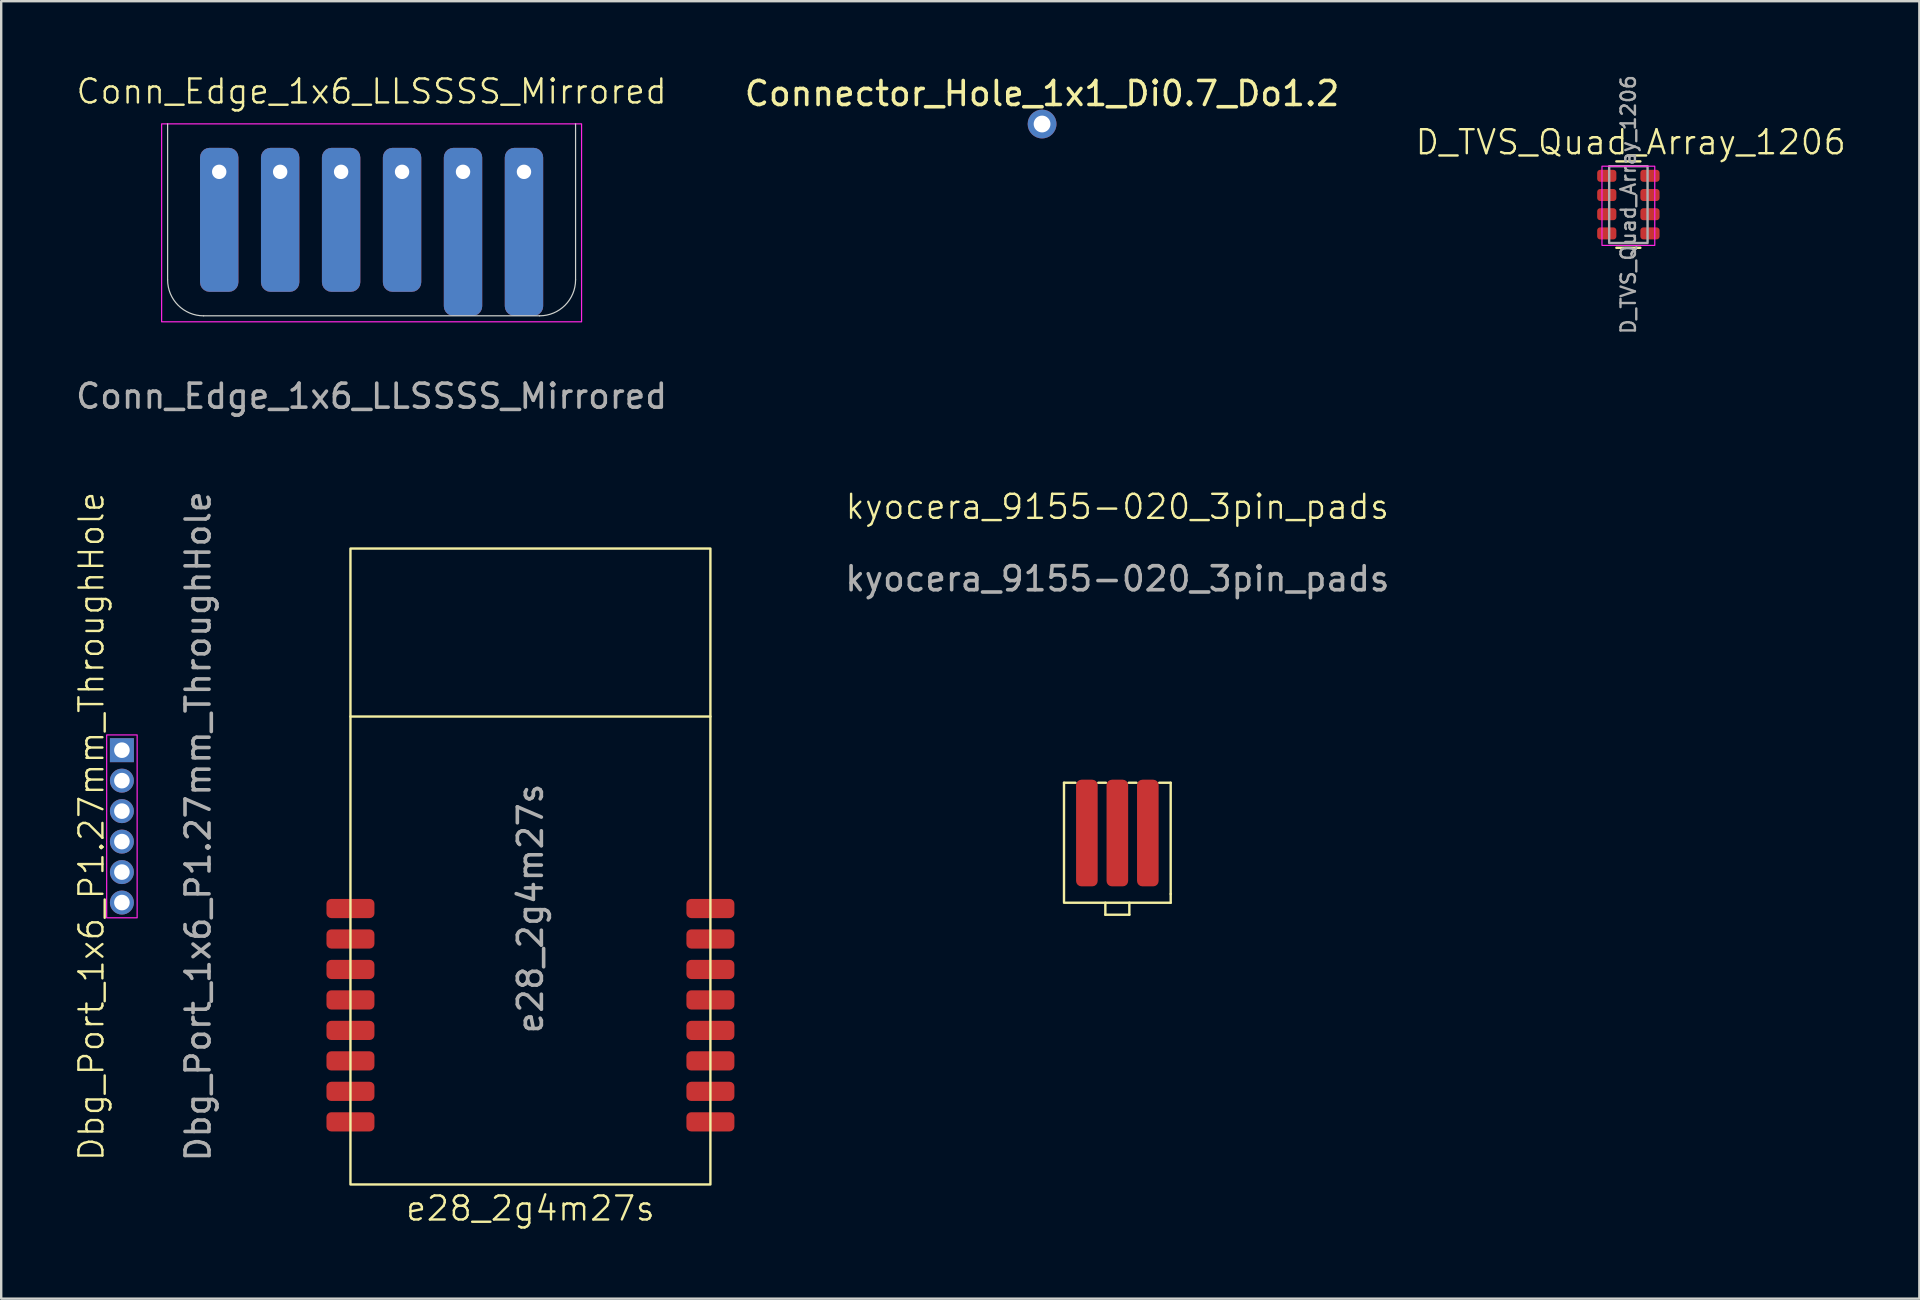
<source format=kicad_pcb>
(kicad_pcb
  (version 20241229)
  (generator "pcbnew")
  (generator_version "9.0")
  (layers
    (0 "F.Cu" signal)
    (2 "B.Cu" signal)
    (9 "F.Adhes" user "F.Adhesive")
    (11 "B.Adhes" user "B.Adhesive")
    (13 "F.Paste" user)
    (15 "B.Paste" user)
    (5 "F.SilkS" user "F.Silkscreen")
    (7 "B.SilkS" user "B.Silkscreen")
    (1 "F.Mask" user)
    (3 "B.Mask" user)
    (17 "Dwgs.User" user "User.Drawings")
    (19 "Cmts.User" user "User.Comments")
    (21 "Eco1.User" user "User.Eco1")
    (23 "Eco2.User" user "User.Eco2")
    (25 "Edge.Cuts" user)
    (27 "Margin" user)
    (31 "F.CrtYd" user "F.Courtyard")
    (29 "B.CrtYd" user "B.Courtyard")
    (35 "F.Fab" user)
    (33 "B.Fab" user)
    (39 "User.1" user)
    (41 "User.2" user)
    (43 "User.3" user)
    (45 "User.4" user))
  (footprint "kyocera_9155-020_3pin_pads"
    (layer "F.Cu")
    (at 43.512 33.569)
    (property "Reference" "kyocera_9155-020_3pin_pads" (at 0 -15.5 0) (unlocked yes) (layer "F.SilkS") (effects (font (size 1 1) (thickness 0.1))))
    (attr smd)
    (fp_line (start -2.223 -4) (end -2.223 0.953) (stroke (width 0.1) (type default)) (layer "F.SilkS"))
    (fp_line (start -2.223 1) (end 2.223 1) (stroke (width 0.1) (type default)) (layer "F.SilkS"))
    (fp_line (start -1.746 -4) (end -2.223 -4) (stroke (width 0.1) (type default)) (layer "F.SilkS"))
    (fp_line (start -0.794 -4) (end -0.476 -4) (stroke (width 0.1) (type default)) (layer "F.SilkS"))
    (fp_line (start -0.5 1.5) (end -0.5 1) (stroke (width 0.1) (type default)) (layer "F.SilkS"))
    (fp_line (start 0.476 -4) (end 0.794 -4) (stroke (width 0.1) (type default)) (layer "F.SilkS"))
    (fp_line (start 0.5 1.5) (end -0.5 1.5) (stroke (width 0.1) (type default)) (layer "F.SilkS"))
    (fp_line (start 0.5 1.5) (end 0.5 1) (stroke (width 0.1) (type default)) (layer "F.SilkS"))
    (fp_line (start 2.223 -4) (end 1.746 -4) (stroke (width 0.1) (type default)) (layer "F.SilkS"))
    (fp_line (start 2.223 -4) (end 2.223 0.635) (stroke (width 0.1) (type default)) (layer "F.SilkS"))
    (fp_line (start 2.223 0.635) (end 2.223 1) (stroke (width 0.1) (type default)) (layer "F.SilkS"))
    (fp_line (start -2.223 -4.128) (end 2.223 -4.128) (stroke (width 0.05) (type default)) (layer "User.1"))
    (fp_line (start -1.495 -4.604) (end -1.495 -0.79) (stroke (width 0.05) (type default)) (layer "User.1"))
    (fp_line (start -1.045 -4.604) (end -1.495 -4.604) (stroke (width 0.05) (type default)) (layer "User.1"))
    (fp_line (start -1.045 -4.604) (end -1.045 -0.79) (stroke (width 0.05) (type default)) (layer "User.1"))
    (fp_line (start -1.045 -0.79) (end -1.495 -0.79) (stroke (width 0.05) (type default)) (layer "User.1"))
    (fp_line (start -0.225 -4.604) (end -0.225 -0.79) (stroke (width 0.05) (type default)) (layer "User.1"))
    (fp_line (start 0.225 -4.604) (end -0.225 -4.604) (stroke (width 0.05) (type default)) (layer "User.1"))
    (fp_line (start 0.225 -4.604) (end 0.225 -0.79) (stroke (width 0.05) (type default)) (layer "User.1"))
    (fp_line (start 0.225 -0.79) (end -0.225 -0.79) (stroke (width 0.05) (type default)) (layer "User.1"))
    (fp_line (start 1.045 -4.604) (end 1.045 -0.79) (stroke (width 0.05) (type default)) (layer "User.1"))
    (fp_line (start 1.495 -4.604) (end 1.045 -4.604) (stroke (width 0.05) (type default)) (layer "User.1"))
    (fp_line (start 1.495 -4.604) (end 1.495 -0.79) (stroke (width 0.05) (type default)) (layer "User.1"))
    (fp_line (start 1.495 -0.79) (end 1.045 -0.79) (stroke (width 0.05) (type default)) (layer "User.1"))
    (fp_line (start 1.8 -4.9) (end 1.8 -4.2) (stroke (width 0.03) (type default)) (layer "User.1"))
    (fp_line (start 1.8 -4.2) (end 1.7 -4.3) (stroke (width 0.03) (type default)) (layer "User.1"))
    (fp_line (start 1.8 -4.2) (end 1.9 -4.3) (stroke (width 0.03) (type default)) (layer "User.1"))
    (fp_line (start -2.54 -3.81) (end -2.54 -2.857) (stroke (width 0.05) (type default)) (layer "User.2"))
    (fp_line (start -2.223 -4.128) (end -2.54 -3.81) (stroke (width 0.05) (type default)) (layer "User.2"))
    (fp_line (start 2.223 -4.128) (end 2.54 -3.81) (stroke (width 0.05) (type default)) (layer "User.2"))
    (fp_line (start 2.54 -3.81) (end 2.54 -2.857) (stroke (width 0.05) (type default)) (layer "User.2"))
    (fp_text user "${REFERENCE}" (at 0 -12.5 0) (unlocked yes) (layer "F.Fab") (effects (font (size 1 1) (thickness 0.15))))
    (fp_text user "PCB Edge" (at -2.3 -5 0) (unlocked yes) (layer "User.1") (effects (font (size 0.6 0.6) (thickness 0.1)) (justify left bottom)))
    (pad "1" smd roundrect (at 1.27 -1.905 90) (size 4.445 0.9) (layers "F.Cu" "F.Mask") (roundrect_rratio 0.25))
    (pad "2" smd roundrect (at 0 -1.905 90) (size 4.445 0.9) (layers "F.Cu" "F.Mask") (roundrect_rratio 0.25))
    (pad "3" smd roundrect (at -1.27 -1.905 90) (size 4.445 0.9) (layers "F.Cu" "F.Mask") (roundrect_rratio 0.25)))
  (footprint "D_TVS_Quad_Array_1206"
    (layer "F.Cu")
    (at 64.807 5.476)
    (property "Reference" "D_TVS_Quad_Array_1206" (at 0.1 -2.6 0) (unlocked yes) (layer "F.SilkS") (effects (font (size 1 1) (thickness 0.1))))
    (attr smd)
    (fp_line (start -0.5 -1.8) (end 0.5 -1.8) (stroke (width 0.1) (type default)) (layer "F.SilkS"))
    (fp_line (start -0.5 1.8) (end 0.5 1.8) (stroke (width 0.1) (type default)) (layer "F.SilkS"))
    (fp_rect (start -1.1 -1.6) (end 1.1 1.7) (stroke (width 0.05) (type default)) (fill no) (layer "F.CrtYd"))
    (fp_rect (start -0.8 -1.6) (end 0.8 1.6) (stroke (width 0.1) (type default)) (fill no) (layer "F.Fab"))
    (fp_text user "${REFERENCE}" (at 0 0 90) (unlocked yes) (layer "F.Fab") (effects (font (size 0.6 0.6) (thickness 0.1) (bold yes))))
    (pad "1" smd roundrect (at -0.9 -1.2) (size 0.8 0.5) (layers "F.Cu" "F.Mask" "F.Paste") (roundrect_rratio 0.25))
    (pad "2" smd roundrect (at -0.9 -0.4) (size 0.8 0.5) (layers "F.Cu" "F.Mask" "F.Paste") (roundrect_rratio 0.25))
    (pad "3" smd roundrect (at -0.9 0.4) (size 0.8 0.5) (layers "F.Cu" "F.Mask" "F.Paste") (roundrect_rratio 0.25))
    (pad "4" smd roundrect (at -0.9 1.2) (size 0.8 0.5) (layers "F.Cu" "F.Mask" "F.Paste") (roundrect_rratio 0.25))
    (pad "5" smd roundrect (at 0.9 1.2) (size 0.8 0.5) (layers "F.Cu" "F.Mask" "F.Paste") (roundrect_rratio 0.25))
    (pad "6" smd roundrect (at 0.9 0.4) (size 0.8 0.5) (layers "F.Cu" "F.Mask" "F.Paste") (roundrect_rratio 0.25))
    (pad "7" smd roundrect (at 0.9 -0.4) (size 0.8 0.5) (layers "F.Cu" "F.Mask" "F.Paste") (roundrect_rratio 0.25))
    (pad "8" smd roundrect (at 0.9 -1.2) (size 0.8 0.5) (layers "F.Cu" "F.Mask" "F.Paste") (roundrect_rratio 0.25)))
  (footprint "Connector_Hole_1x1_Di0.7_Do1.2"
    (layer "F.Cu")
    (at 40.375 2.118)
    (property "Reference" "Connector_Hole_1x1_Di0.7_Do1.2" (at 0 -1.27 0) (unlocked yes) (layer "F.SilkS") (effects (font (size 1 1) (thickness 0.15))))
    (attr through_hole)
    (pad "1" thru_hole circle (at 0 0) (size 1.2 1.2) (drill 0.7) (layers "*.Cu" "*.Mask")))
  (footprint "e28_2g4m27s"
    (layer "F.Cu")
    (at 19.054 34.809)
    (property "Reference" "e28_2g4m27s" (at 0 12.5 0) (unlocked yes) (layer "F.SilkS") (effects (font (size 1 1) (thickness 0.1))))
    (attr smd)
    (fp_line (start -7.5 -8) (end 7.5 -8) (stroke (width 0.1) (type default)) (layer "F.SilkS"))
    (fp_rect (start -7.5 -15) (end 7.5 11.5) (stroke (width 0.1) (type default)) (fill no) (layer "F.SilkS"))
    (fp_text user "${REFERENCE}" (at 0 0 90) (unlocked yes) (layer "F.Fab") (effects (font (size 1 1) (thickness 0.15))))
    (pad "1" smd roundrect (at 7.5 8.89) (size 2 0.8) (layers "F.Cu" "F.Mask" "F.Paste") (roundrect_rratio 0.25))
    (pad "2" smd roundrect (at 7.5 7.62) (size 2 0.8) (layers "F.Cu" "F.Mask" "F.Paste") (roundrect_rratio 0.25))
    (pad "3" smd roundrect (at 7.5 6.35) (size 2 0.8) (layers "F.Cu" "F.Mask" "F.Paste") (roundrect_rratio 0.25))
    (pad "4" smd roundrect (at 7.5 5.08) (size 2 0.8) (layers "F.Cu" "F.Mask" "F.Paste") (roundrect_rratio 0.25))
    (pad "5" smd roundrect (at 7.5 3.81) (size 2 0.8) (layers "F.Cu" "F.Mask" "F.Paste") (roundrect_rratio 0.25))
    (pad "6" smd roundrect (at 7.5 2.54) (size 2 0.8) (layers "F.Cu" "F.Mask" "F.Paste") (roundrect_rratio 0.25))
    (pad "7" smd roundrect (at 7.5 1.27) (size 2 0.8) (layers "F.Cu" "F.Mask" "F.Paste") (roundrect_rratio 0.25))
    (pad "8" smd roundrect (at 7.5 0) (size 2 0.8) (layers "F.Cu" "F.Mask" "F.Paste") (roundrect_rratio 0.25))
    (pad "9" smd roundrect (at -7.5 0) (size 2 0.8) (layers "F.Cu" "F.Mask" "F.Paste") (roundrect_rratio 0.25))
    (pad "10" smd roundrect (at -7.5 1.27) (size 2 0.8) (layers "F.Cu" "F.Mask" "F.Paste") (roundrect_rratio 0.25))
    (pad "11" smd roundrect (at -7.5 2.54) (size 2 0.8) (layers "F.Cu" "F.Mask" "F.Paste") (roundrect_rratio 0.25))
    (pad "12" smd roundrect (at -7.5 3.81) (size 2 0.8) (layers "F.Cu" "F.Mask" "F.Paste") (roundrect_rratio 0.25))
    (pad "13" smd roundrect (at -7.5 5.08) (size 2 0.8) (layers "F.Cu" "F.Mask" "F.Paste") (roundrect_rratio 0.25))
    (pad "14" smd roundrect (at -7.5 6.35) (size 2 0.8) (layers "F.Cu" "F.Mask" "F.Paste") (roundrect_rratio 0.25))
    (pad "15" smd roundrect (at -7.5 7.62) (size 2 0.8) (layers "F.Cu" "F.Mask" "F.Paste") (roundrect_rratio 0.25))
    (pad "16" smd roundrect (at -7.5 8.89) (size 2 0.8) (layers "F.Cu" "F.Mask" "F.Paste") (roundrect_rratio 0.25))
    (zone (net_name "") (layers "F.Cu" "B.Cu") (hatch edge 0.5) (connect_pads) (min_thickness 0.25) (filled_areas_thickness no) (keepout (tracks allowed) (vias allowed) (pads allowed) (copperpour not_allowed) (footprints allowed)) (placement (enabled no)) (fill) (polygon (pts (xy 9.054 17.309) (xy 9.054 26.809) (xy 29.054 26.809) (xy 29.054 17.309)))))
  (footprint "Dbg_Port_1x6_P1.27mm_ThroughHole"
    (layer "F.Cu")
    (at 2.03 31.386)
    (property "Reference" "Dbg_Port_1x6_P1.27mm_ThroughHole" (at -1.27 0 90) (unlocked yes) (layer "F.SilkS") (effects (font (size 1 1) (thickness 0.1))))
    (attr through_hole exclude_from_pos_files exclude_from_bom)
    (fp_rect (start -0.635 -3.81) (end 0.635 3.81) (stroke (width 0.05) (type default)) (fill no) (layer "F.CrtYd"))
    (fp_text user "${REFERENCE}" (at 3.175 0 90) (unlocked yes) (layer "F.Fab") (effects (font (size 1 1) (thickness 0.15))))
    (pad "1" thru_hole rect (at 0 -3.175) (size 1 1) (drill 0.65) (layers "*.Cu" "*.Mask"))
    (pad "2" thru_hole oval (at 0 -1.905) (size 1 1) (drill 0.65) (layers "*.Cu" "*.Mask"))
    (pad "3" thru_hole oval (at 0 -0.635) (size 1 1) (drill 0.65) (layers "*.Cu" "*.Mask"))
    (pad "4" thru_hole oval (at 0 0.635) (size 1 1) (drill 0.65) (layers "*.Cu" "*.Mask"))
    (pad "5" thru_hole oval (at 0 1.905) (size 1 1) (drill 0.65) (layers "*.Cu" "*.Mask"))
    (pad "6" thru_hole oval (at 0 3.175) (size 1 1) (drill 0.65) (layers "*.Cu" "*.Mask")))
  (footprint "Conn_Edge_1x6_LLSSSS_Mirrored"
    (layer "F.Cu")
    (at 12.435 7.111)
    (property "Reference" "Conn_Edge_1x6_LLSSSS_Mirrored" (at 0 -6.35 0) (unlocked yes) (layer "F.SilkS") (effects (font (size 1 1) (thickness 0.1))))
    (attr exclude_from_pos_files exclude_from_bom)
    (fp_line (start -8.5 1.5) (end -8.5 -5) (stroke (width 0.05) (type default)) (layer "Edge.Cuts"))
    (fp_line (start -7 3) (end 7 3) (stroke (width 0.05) (type default)) (layer "Edge.Cuts"))
    (fp_line (start 8.5 1.5) (end 8.5 -5) (stroke (width 0.05) (type default)) (layer "Edge.Cuts"))
    (fp_arc (start -7 3) (mid -8.06066 2.56066) (end -8.5 1.5) (stroke (width 0.05) (type default)) (layer "Edge.Cuts"))
    (fp_arc (start 8.5 1.5) (mid 8.06066 2.56066) (end 7 3) (stroke (width 0.05) (type default)) (layer "Edge.Cuts"))
    (fp_rect (start -8.75 -5) (end 8.75 3.25) (stroke (width 0.05) (type default)) (fill no) (layer "F.CrtYd"))
    (fp_text user "${REFERENCE}" (at 0 6.35 0) (unlocked yes) (layer "F.Fab") (effects (font (size 1 1) (thickness 0.15))))
    (pad "1" thru_hole roundrect (at 6.35 -3) (size 1.6 7) (drill 0.6 (offset 0 2.5)) (layers "*.Cu" "*.Mask") (remove_unused_layers yes) (keep_end_layers yes) (zone_layer_connections) (roundrect_rratio 0.25))
    (pad "2" thru_hole roundrect (at 3.81 -3) (size 1.6 7) (drill 0.6 (offset 0 2.5)) (layers "*.Cu" "*.Mask") (remove_unused_layers yes) (keep_end_layers yes) (zone_layer_connections) (roundrect_rratio 0.25))
    (pad "3" thru_hole roundrect (at 1.27 -3) (size 1.6 6) (drill 0.6 (offset 0 2)) (layers "*.Cu" "*.Mask") (remove_unused_layers yes) (keep_end_layers yes) (zone_layer_connections) (roundrect_rratio 0.25))
    (pad "4" thru_hole roundrect (at -1.27 -3) (size 1.6 6) (drill 0.6 (offset 0 2)) (layers "*.Cu" "*.Mask") (remove_unused_layers yes) (keep_end_layers yes) (zone_layer_connections) (roundrect_rratio 0.25))
    (pad "5" thru_hole roundrect (at -3.81 -3) (size 1.6 6) (drill 0.6 (offset 0 2)) (layers "*.Cu" "*.Mask") (remove_unused_layers yes) (keep_end_layers yes) (zone_layer_connections) (roundrect_rratio 0.25))
    (pad "6" thru_hole roundrect (at -6.35 -3) (size 1.6 6) (drill 0.6 (offset 0 2)) (layers "*.Cu" "*.Mask") (remove_unused_layers yes) (keep_end_layers yes) (zone_layer_connections) (roundrect_rratio 0.25)))
  (gr_rect
    (start -3 -3)
    (end 76.933 51.069)
    (stroke (width 0.1) (type default))
    (fill no)
    (layer "Edge.Cuts")))
</source>
